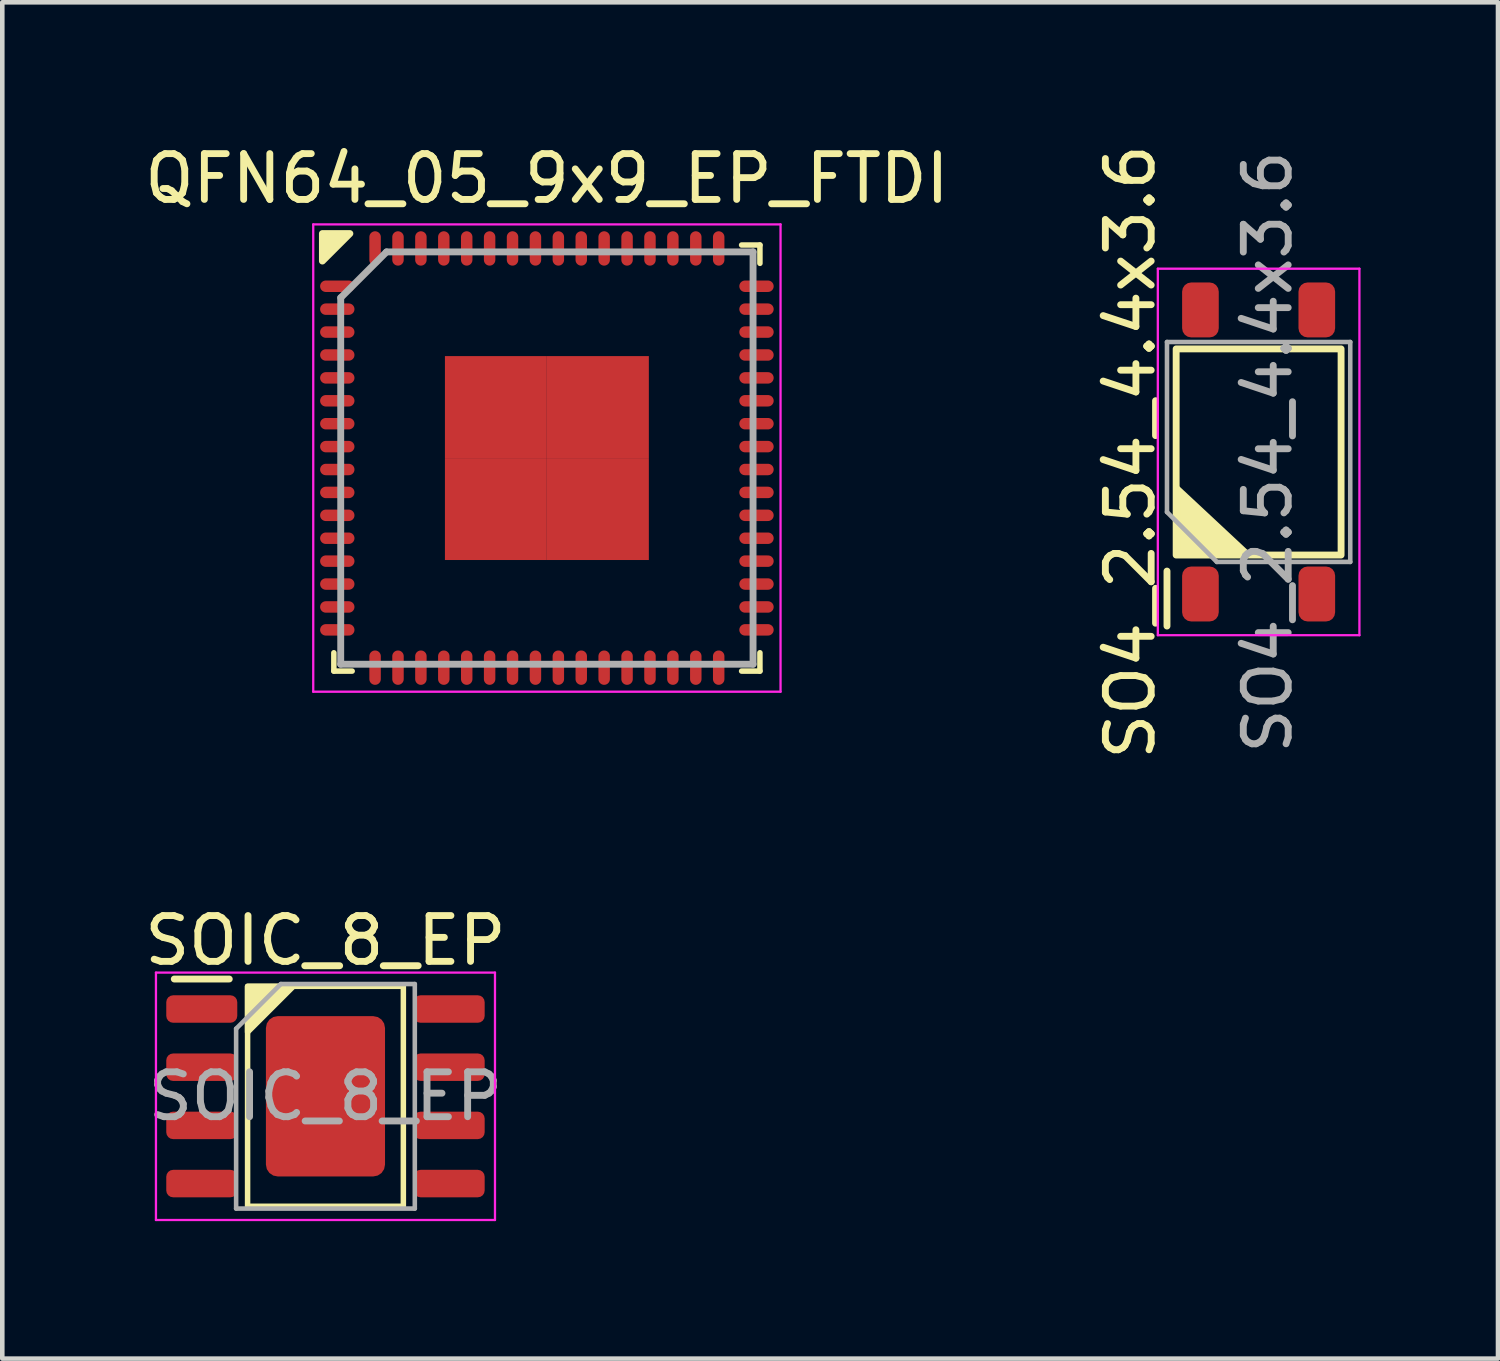
<source format=kicad_pcb>
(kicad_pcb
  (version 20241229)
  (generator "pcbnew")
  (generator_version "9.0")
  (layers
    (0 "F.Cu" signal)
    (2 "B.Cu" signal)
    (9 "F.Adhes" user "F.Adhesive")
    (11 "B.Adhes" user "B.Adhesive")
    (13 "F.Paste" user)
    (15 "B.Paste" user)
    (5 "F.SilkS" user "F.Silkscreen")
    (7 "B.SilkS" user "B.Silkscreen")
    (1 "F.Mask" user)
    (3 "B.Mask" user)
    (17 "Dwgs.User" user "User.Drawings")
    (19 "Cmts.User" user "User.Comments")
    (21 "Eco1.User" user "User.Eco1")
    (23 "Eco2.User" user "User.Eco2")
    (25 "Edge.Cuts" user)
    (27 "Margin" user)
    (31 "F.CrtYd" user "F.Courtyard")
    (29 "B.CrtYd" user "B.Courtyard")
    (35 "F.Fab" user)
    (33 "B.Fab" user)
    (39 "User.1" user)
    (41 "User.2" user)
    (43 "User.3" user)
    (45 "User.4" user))
  (footprint "SOIC_8_EP"
    (layer "F.Cu")
    (at 4.054 20.879)
    (property "Reference" "SOIC_8_EP" (at 0 -3.4 0) (unlocked yes) (layer "F.SilkS") (effects (font (size 1 1) (thickness 0.15))))
    (attr smd)
    (fp_line (start -2.1 -2.56) (end -3.3 -2.56) (stroke (width 0.15) (type solid)) (layer "F.SilkS"))
    (fp_rect (start -1.7 2.4) (end 1.7 -2.4) (stroke (width 0.12) (type solid)) (fill no) (layer "F.SilkS"))
    (fp_poly (pts (xy -1.7 -1.4) (xy -1.7 -2.4) (xy -0.7 -2.4)) (stroke (width 0.12) (type solid)) (fill yes) (layer "F.SilkS"))
    (fp_line (start -3.7 -2.7) (end -3.7 2.7) (stroke (width 0.05) (type solid)) (layer "F.CrtYd"))
    (fp_line (start -3.7 2.7) (end 3.7 2.7) (stroke (width 0.05) (type solid)) (layer "F.CrtYd"))
    (fp_line (start 3.7 -2.7) (end -3.7 -2.7) (stroke (width 0.05) (type solid)) (layer "F.CrtYd"))
    (fp_line (start 3.7 2.7) (end 3.7 -2.7) (stroke (width 0.05) (type solid)) (layer "F.CrtYd"))
    (fp_line (start -1.95 -1.475) (end -0.975 -2.45) (stroke (width 0.1) (type solid)) (layer "F.Fab"))
    (fp_line (start -1.95 2.45) (end -1.95 -1.475) (stroke (width 0.1) (type solid)) (layer "F.Fab"))
    (fp_line (start -0.975 -2.45) (end 1.95 -2.45) (stroke (width 0.1) (type solid)) (layer "F.Fab"))
    (fp_line (start 1.95 -2.45) (end 1.95 2.45) (stroke (width 0.1) (type solid)) (layer "F.Fab"))
    (fp_line (start 1.95 2.45) (end -1.95 2.45) (stroke (width 0.1) (type solid)) (layer "F.Fab"))
    (fp_text user "${REFERENCE}" (at 0 0 0) (layer "F.Fab") (effects (font (size 0.98 0.98) (thickness 0.15))))
    (pad "1" smd roundrect (at -2.7 -1.905) (size 1.55 0.6) (layers "F.Cu" "F.Mask" "F.Paste") (roundrect_rratio 0.25))
    (pad "2" smd roundrect (at -2.7 -0.635) (size 1.55 0.6) (layers "F.Cu" "F.Mask" "F.Paste") (roundrect_rratio 0.25))
    (pad "3" smd roundrect (at -2.7 0.635) (size 1.55 0.6) (layers "F.Cu" "F.Mask" "F.Paste") (roundrect_rratio 0.25))
    (pad "4" smd roundrect (at -2.7 1.905) (size 1.55 0.6) (layers "F.Cu" "F.Mask" "F.Paste") (roundrect_rratio 0.25))
    (pad "5" smd roundrect (at 2.7 1.905) (size 1.55 0.6) (layers "F.Cu" "F.Mask" "F.Paste") (roundrect_rratio 0.25))
    (pad "6" smd roundrect (at 2.7 0.635) (size 1.55 0.6) (layers "F.Cu" "F.Mask" "F.Paste") (roundrect_rratio 0.25))
    (pad "7" smd roundrect (at 2.7 -0.635) (size 1.55 0.6) (layers "F.Cu" "F.Mask" "F.Paste") (roundrect_rratio 0.25))
    (pad "8" smd roundrect (at 2.7 -1.905) (size 1.55 0.6) (layers "F.Cu" "F.Mask" "F.Paste") (roundrect_rratio 0.25))
    (pad "9" smd roundrect (at 0 0) (size 2.6 3.5) (layers "F.Cu" "F.Mask" "F.Paste") (roundrect_rratio 0.1)))
  (footprint "QFN64_05_9x9_EP_FTDI"
    (layer "F.Cu")
    (at 8.887 6.948)
    (property "Reference" "QFN64_05_9x9_EP_FTDI" (at 0 -6.1 0) (layer "F.SilkS") (effects (font (size 1 1) (thickness 0.15))))
    (attr smd)
    (fp_line (start -4.65 4.65) (end -4.65 4.25) (stroke (width 0.12) (type default)) (layer "F.SilkS"))
    (fp_line (start -4.25 4.65) (end -4.65 4.65) (stroke (width 0.12) (type default)) (layer "F.SilkS"))
    (fp_line (start 4.25 -4.65) (end 4.65 -4.65) (stroke (width 0.12) (type default)) (layer "F.SilkS"))
    (fp_line (start 4.25 4.65) (end 4.65 4.65) (stroke (width 0.12) (type default)) (layer "F.SilkS"))
    (fp_line (start 4.65 -4.65) (end 4.65 -4.25) (stroke (width 0.12) (type default)) (layer "F.SilkS"))
    (fp_line (start 4.65 4.65) (end 4.65 4.25) (stroke (width 0.12) (type default)) (layer "F.SilkS"))
    (fp_poly (pts (xy -4.9 -4.3) (xy -4.9 -4.9) (xy -4.3 -4.9)) (stroke (width 0.15) (type solid)) (fill yes) (layer "F.SilkS"))
    (fp_line (start -5.1 -5.1) (end 5.1 -5.1) (stroke (width 0.05) (type default)) (layer "F.CrtYd"))
    (fp_line (start -5.1 5.1) (end -5.1 -5.1) (stroke (width 0.05) (type default)) (layer "F.CrtYd"))
    (fp_line (start 5.1 -5.1) (end 5.1 5.1) (stroke (width 0.05) (type default)) (layer "F.CrtYd"))
    (fp_line (start 5.1 5.1) (end -5.1 5.1) (stroke (width 0.05) (type default)) (layer "F.CrtYd"))
    (fp_line (start -4.5 -3.5) (end -4.5 4.5) (stroke (width 0.15) (type default)) (layer "F.Fab"))
    (fp_line (start -4.5 4.5) (end 4.5 4.5) (stroke (width 0.15) (type default)) (layer "F.Fab"))
    (fp_line (start -3.5 -4.5) (end -4.5 -3.5) (stroke (width 0.15) (type default)) (layer "F.Fab"))
    (fp_line (start 4.5 -4.5) (end -3.5 -4.5) (stroke (width 0.15) (type default)) (layer "F.Fab"))
    (fp_line (start 4.5 4.5) (end 4.5 -4.5) (stroke (width 0.15) (type default)) (layer "F.Fab"))
    (pad "1" smd oval (at -4.575 -3.75 90) (size 0.25 0.75) (layers "F.Cu" "F.Mask" "F.Paste"))
    (pad "2" smd oval (at -4.575 -3.25 90) (size 0.25 0.75) (layers "F.Cu" "F.Mask" "F.Paste"))
    (pad "3" smd oval (at -4.575 -2.75 90) (size 0.25 0.75) (layers "F.Cu" "F.Mask" "F.Paste"))
    (pad "4" smd oval (at -4.575 -2.25 90) (size 0.25 0.75) (layers "F.Cu" "F.Mask" "F.Paste"))
    (pad "5" smd oval (at -4.575 -1.75 90) (size 0.25 0.75) (layers "F.Cu" "F.Mask" "F.Paste"))
    (pad "6" smd oval (at -4.575 -1.25 90) (size 0.25 0.75) (layers "F.Cu" "F.Mask" "F.Paste"))
    (pad "7" smd oval (at -4.575 -0.75 90) (size 0.25 0.75) (layers "F.Cu" "F.Mask" "F.Paste"))
    (pad "8" smd oval (at -4.575 -0.25 90) (size 0.25 0.75) (layers "F.Cu" "F.Mask" "F.Paste"))
    (pad "9" smd oval (at -4.575 0.25 90) (size 0.25 0.75) (layers "F.Cu" "F.Mask" "F.Paste"))
    (pad "10" smd oval (at -4.575 0.75 90) (size 0.25 0.75) (layers "F.Cu" "F.Mask" "F.Paste"))
    (pad "11" smd oval (at -4.575 1.25 90) (size 0.25 0.75) (layers "F.Cu" "F.Mask" "F.Paste"))
    (pad "12" smd oval (at -4.575 1.75 90) (size 0.25 0.75) (layers "F.Cu" "F.Mask" "F.Paste"))
    (pad "13" smd oval (at -4.575 2.25 90) (size 0.25 0.75) (layers "F.Cu" "F.Mask" "F.Paste"))
    (pad "14" smd oval (at -4.575 2.75 90) (size 0.25 0.75) (layers "F.Cu" "F.Mask" "F.Paste"))
    (pad "15" smd oval (at -4.575 3.25 90) (size 0.25 0.75) (layers "F.Cu" "F.Mask" "F.Paste"))
    (pad "16" smd oval (at -4.575 3.75 90) (size 0.25 0.75) (layers "F.Cu" "F.Mask" "F.Paste"))
    (pad "17" smd oval (at -3.75 4.575) (size 0.25 0.75) (layers "F.Cu" "F.Mask" "F.Paste"))
    (pad "18" smd oval (at -3.25 4.575) (size 0.25 0.75) (layers "F.Cu" "F.Mask" "F.Paste"))
    (pad "19" smd oval (at -2.75 4.575) (size 0.25 0.75) (layers "F.Cu" "F.Mask" "F.Paste"))
    (pad "20" smd oval (at -2.25 4.575) (size 0.25 0.75) (layers "F.Cu" "F.Mask" "F.Paste"))
    (pad "21" smd oval (at -1.75 4.575) (size 0.25 0.75) (layers "F.Cu" "F.Mask" "F.Paste"))
    (pad "22" smd oval (at -1.25 4.575) (size 0.25 0.75) (layers "F.Cu" "F.Mask" "F.Paste"))
    (pad "23" smd oval (at -0.75 4.575) (size 0.25 0.75) (layers "F.Cu" "F.Mask" "F.Paste"))
    (pad "24" smd oval (at -0.25 4.575) (size 0.25 0.75) (layers "F.Cu" "F.Mask" "F.Paste"))
    (pad "25" smd oval (at 0.25 4.575) (size 0.25 0.75) (layers "F.Cu" "F.Mask" "F.Paste"))
    (pad "26" smd oval (at 0.75 4.575) (size 0.25 0.75) (layers "F.Cu" "F.Mask" "F.Paste"))
    (pad "27" smd oval (at 1.25 4.575) (size 0.25 0.75) (layers "F.Cu" "F.Mask" "F.Paste"))
    (pad "28" smd oval (at 1.75 4.575) (size 0.25 0.75) (layers "F.Cu" "F.Mask" "F.Paste"))
    (pad "29" smd oval (at 2.25 4.575) (size 0.25 0.75) (layers "F.Cu" "F.Mask" "F.Paste"))
    (pad "30" smd oval (at 2.75 4.575) (size 0.25 0.75) (layers "F.Cu" "F.Mask" "F.Paste"))
    (pad "31" smd oval (at 3.25 4.575) (size 0.25 0.75) (layers "F.Cu" "F.Mask" "F.Paste"))
    (pad "32" smd oval (at 3.75 4.575) (size 0.25 0.75) (layers "F.Cu" "F.Mask" "F.Paste"))
    (pad "33" smd oval (at 4.575 3.75 90) (size 0.25 0.75) (layers "F.Cu" "F.Mask" "F.Paste"))
    (pad "34" smd oval (at 4.575 3.25 90) (size 0.25 0.75) (layers "F.Cu" "F.Mask" "F.Paste"))
    (pad "35" smd oval (at 4.575 2.75 90) (size 0.25 0.75) (layers "F.Cu" "F.Mask" "F.Paste"))
    (pad "36" smd oval (at 4.575 2.25 90) (size 0.25 0.75) (layers "F.Cu" "F.Mask" "F.Paste"))
    (pad "37" smd oval (at 4.575 1.75 90) (size 0.25 0.75) (layers "F.Cu" "F.Mask" "F.Paste"))
    (pad "38" smd oval (at 4.575 1.25 90) (size 0.25 0.75) (layers "F.Cu" "F.Mask" "F.Paste"))
    (pad "39" smd oval (at 4.575 0.75 90) (size 0.25 0.75) (layers "F.Cu" "F.Mask" "F.Paste"))
    (pad "40" smd oval (at 4.575 0.25 90) (size 0.25 0.75) (layers "F.Cu" "F.Mask" "F.Paste"))
    (pad "41" smd oval (at 4.575 -0.25 90) (size 0.25 0.75) (layers "F.Cu" "F.Mask" "F.Paste"))
    (pad "42" smd oval (at 4.575 -0.75 90) (size 0.25 0.75) (layers "F.Cu" "F.Mask" "F.Paste"))
    (pad "43" smd oval (at 4.575 -1.25 90) (size 0.25 0.75) (layers "F.Cu" "F.Mask" "F.Paste"))
    (pad "44" smd oval (at 4.575 -1.75 90) (size 0.25 0.75) (layers "F.Cu" "F.Mask" "F.Paste"))
    (pad "45" smd oval (at 4.575 -2.25 90) (size 0.25 0.75) (layers "F.Cu" "F.Mask" "F.Paste"))
    (pad "46" smd oval (at 4.575 -2.75 90) (size 0.25 0.75) (layers "F.Cu" "F.Mask" "F.Paste"))
    (pad "47" smd oval (at 4.575 -3.25 90) (size 0.25 0.75) (layers "F.Cu" "F.Mask" "F.Paste"))
    (pad "48" smd oval (at 4.575 -3.75 90) (size 0.25 0.75) (layers "F.Cu" "F.Mask" "F.Paste"))
    (pad "49" smd oval (at 3.75 -4.575) (size 0.25 0.75) (layers "F.Cu" "F.Mask" "F.Paste"))
    (pad "50" smd oval (at 3.25 -4.575) (size 0.25 0.75) (layers "F.Cu" "F.Mask" "F.Paste"))
    (pad "51" smd oval (at 2.75 -4.575) (size 0.25 0.75) (layers "F.Cu" "F.Mask" "F.Paste"))
    (pad "52" smd oval (at 2.25 -4.575) (size 0.25 0.75) (layers "F.Cu" "F.Mask" "F.Paste"))
    (pad "53" smd oval (at 1.75 -4.575) (size 0.25 0.75) (layers "F.Cu" "F.Mask" "F.Paste"))
    (pad "54" smd oval (at 1.25 -4.575) (size 0.25 0.75) (layers "F.Cu" "F.Mask" "F.Paste"))
    (pad "55" smd oval (at 0.75 -4.575) (size 0.25 0.75) (layers "F.Cu" "F.Mask" "F.Paste"))
    (pad "56" smd oval (at 0.25 -4.575) (size 0.25 0.75) (layers "F.Cu" "F.Mask" "F.Paste"))
    (pad "57" smd oval (at -0.25 -4.575) (size 0.25 0.75) (layers "F.Cu" "F.Mask" "F.Paste"))
    (pad "58" smd oval (at -0.75 -4.575) (size 0.25 0.75) (layers "F.Cu" "F.Mask" "F.Paste"))
    (pad "59" smd oval (at -1.25 -4.575) (size 0.25 0.75) (layers "F.Cu" "F.Mask" "F.Paste"))
    (pad "60" smd oval (at -1.75 -4.575) (size 0.25 0.75) (layers "F.Cu" "F.Mask" "F.Paste"))
    (pad "61" smd oval (at -2.25 -4.575) (size 0.25 0.75) (layers "F.Cu" "F.Mask" "F.Paste"))
    (pad "62" smd oval (at -2.75 -4.575) (size 0.25 0.75) (layers "F.Cu" "F.Mask" "F.Paste"))
    (pad "63" smd oval (at -3.25 -4.575) (size 0.25 0.75) (layers "F.Cu" "F.Mask" "F.Paste"))
    (pad "64" smd oval (at -3.75 -4.575) (size 0.25 0.75) (layers "F.Cu" "F.Mask" "F.Paste"))
    (pad "65" smd rect (at -1.113 -1.113) (size 2.225 2.225) (layers "F.Cu" "F.Mask" "F.Paste"))
    (pad "65" smd rect (at -1.113 1.113) (size 2.225 2.225) (layers "F.Cu" "F.Mask" "F.Paste"))
    (pad "65" smd rect (at 1.113 -1.113) (size 2.225 2.225) (layers "F.Cu" "F.Mask" "F.Paste"))
    (pad "65" smd rect (at 1.113 1.113) (size 2.225 2.225) (layers "F.Cu" "F.Mask" "F.Paste"))
    (zone (net_name "") (layer "F.Cu") (hatch edge 0.5) (connect_pads) (min_thickness 0.25) (filled_areas_thickness no) (keepout (tracks not_allowed) (vias not_allowed) (pads not_allowed) (copperpour not_allowed) (footprints allowed)) (placement (enabled no)) (fill) (polygon (pts (xy 4.887 2.848) (xy 12.987 2.848) (xy 12.987 11.048) (xy 4.887 11.048) (xy 4.887 2.848) (xy 6.587 4.648) (xy 6.587 9.248) (xy 11.187 9.248) (xy 11.187 4.648) (xy 6.587 4.648)))))
  (footprint "SO4_2.54_4.4x3.6"
    (layer "F.Cu")
    (at 24.422 6.815)
    (property "Reference" "SO4_2.54_4.4x3.6" (at -2.8 0 90) (layer "F.SilkS") (effects (font (size 1 1) (thickness 0.15))))
    (attr smd)
    (fp_line (start -2 2.6) (end -2 3.8) (stroke (width 0.15) (type solid)) (layer "F.SilkS"))
    (fp_rect (start -1.8 -2.25) (end 1.8 2.25) (stroke (width 0.15) (type solid)) (fill no) (layer "F.SilkS"))
    (fp_poly (pts (xy -0.266 2.2) (xy -1.766 2.2) (xy -1.766 0.8)) (stroke (width 0.12) (type solid)) (fill yes) (layer "F.SilkS"))
    (fp_line (start -2.2 -4) (end 2.2 -4) (stroke (width 0.05) (type solid)) (layer "F.CrtYd"))
    (fp_line (start -2.2 4) (end -2.2 -4) (stroke (width 0.05) (type solid)) (layer "F.CrtYd"))
    (fp_line (start 2.2 -4) (end 2.2 4) (stroke (width 0.05) (type solid)) (layer "F.CrtYd"))
    (fp_line (start 2.2 4) (end -2.2 4) (stroke (width 0.05) (type solid)) (layer "F.CrtYd"))
    (fp_line (start -2 -2.4) (end 2 -2.4) (stroke (width 0.1) (type solid)) (layer "F.Fab"))
    (fp_line (start -2 1.312) (end -2 -2.4) (stroke (width 0.1) (type solid)) (layer "F.Fab"))
    (fp_line (start -0.912 2.4) (end -2 1.312) (stroke (width 0.1) (type solid)) (layer "F.Fab"))
    (fp_line (start 2 -2.4) (end 2 2.4) (stroke (width 0.1) (type solid)) (layer "F.Fab"))
    (fp_line (start 2 2.4) (end -0.912 2.4) (stroke (width 0.1) (type solid)) (layer "F.Fab"))
    (fp_text user "${REFERENCE}" (at 0.2 0 90) (layer "F.Fab") (effects (font (size 0.98 0.98) (thickness 0.15))))
    (pad "1" smd roundrect (at -1.27 3.1) (size 0.8 1.2) (layers "F.Cu" "F.Mask" "F.Paste") (roundrect_rratio 0.25))
    (pad "2" smd roundrect (at 1.27 3.1) (size 0.8 1.2) (layers "F.Cu" "F.Mask" "F.Paste") (roundrect_rratio 0.25))
    (pad "3" smd roundrect (at 1.27 -3.1) (size 0.8 1.2) (layers "F.Cu" "F.Mask" "F.Paste") (roundrect_rratio 0.25))
    (pad "4" smd roundrect (at -1.27 -3.1) (size 0.8 1.2) (layers "F.Cu" "F.Mask" "F.Paste") (roundrect_rratio 0.25)))
  (gr_rect
    (start -3 -3)
    (end 29.647 26.604)
    (stroke (width 0.1) (type default))
    (fill no)
    (layer "Edge.Cuts")))
</source>
